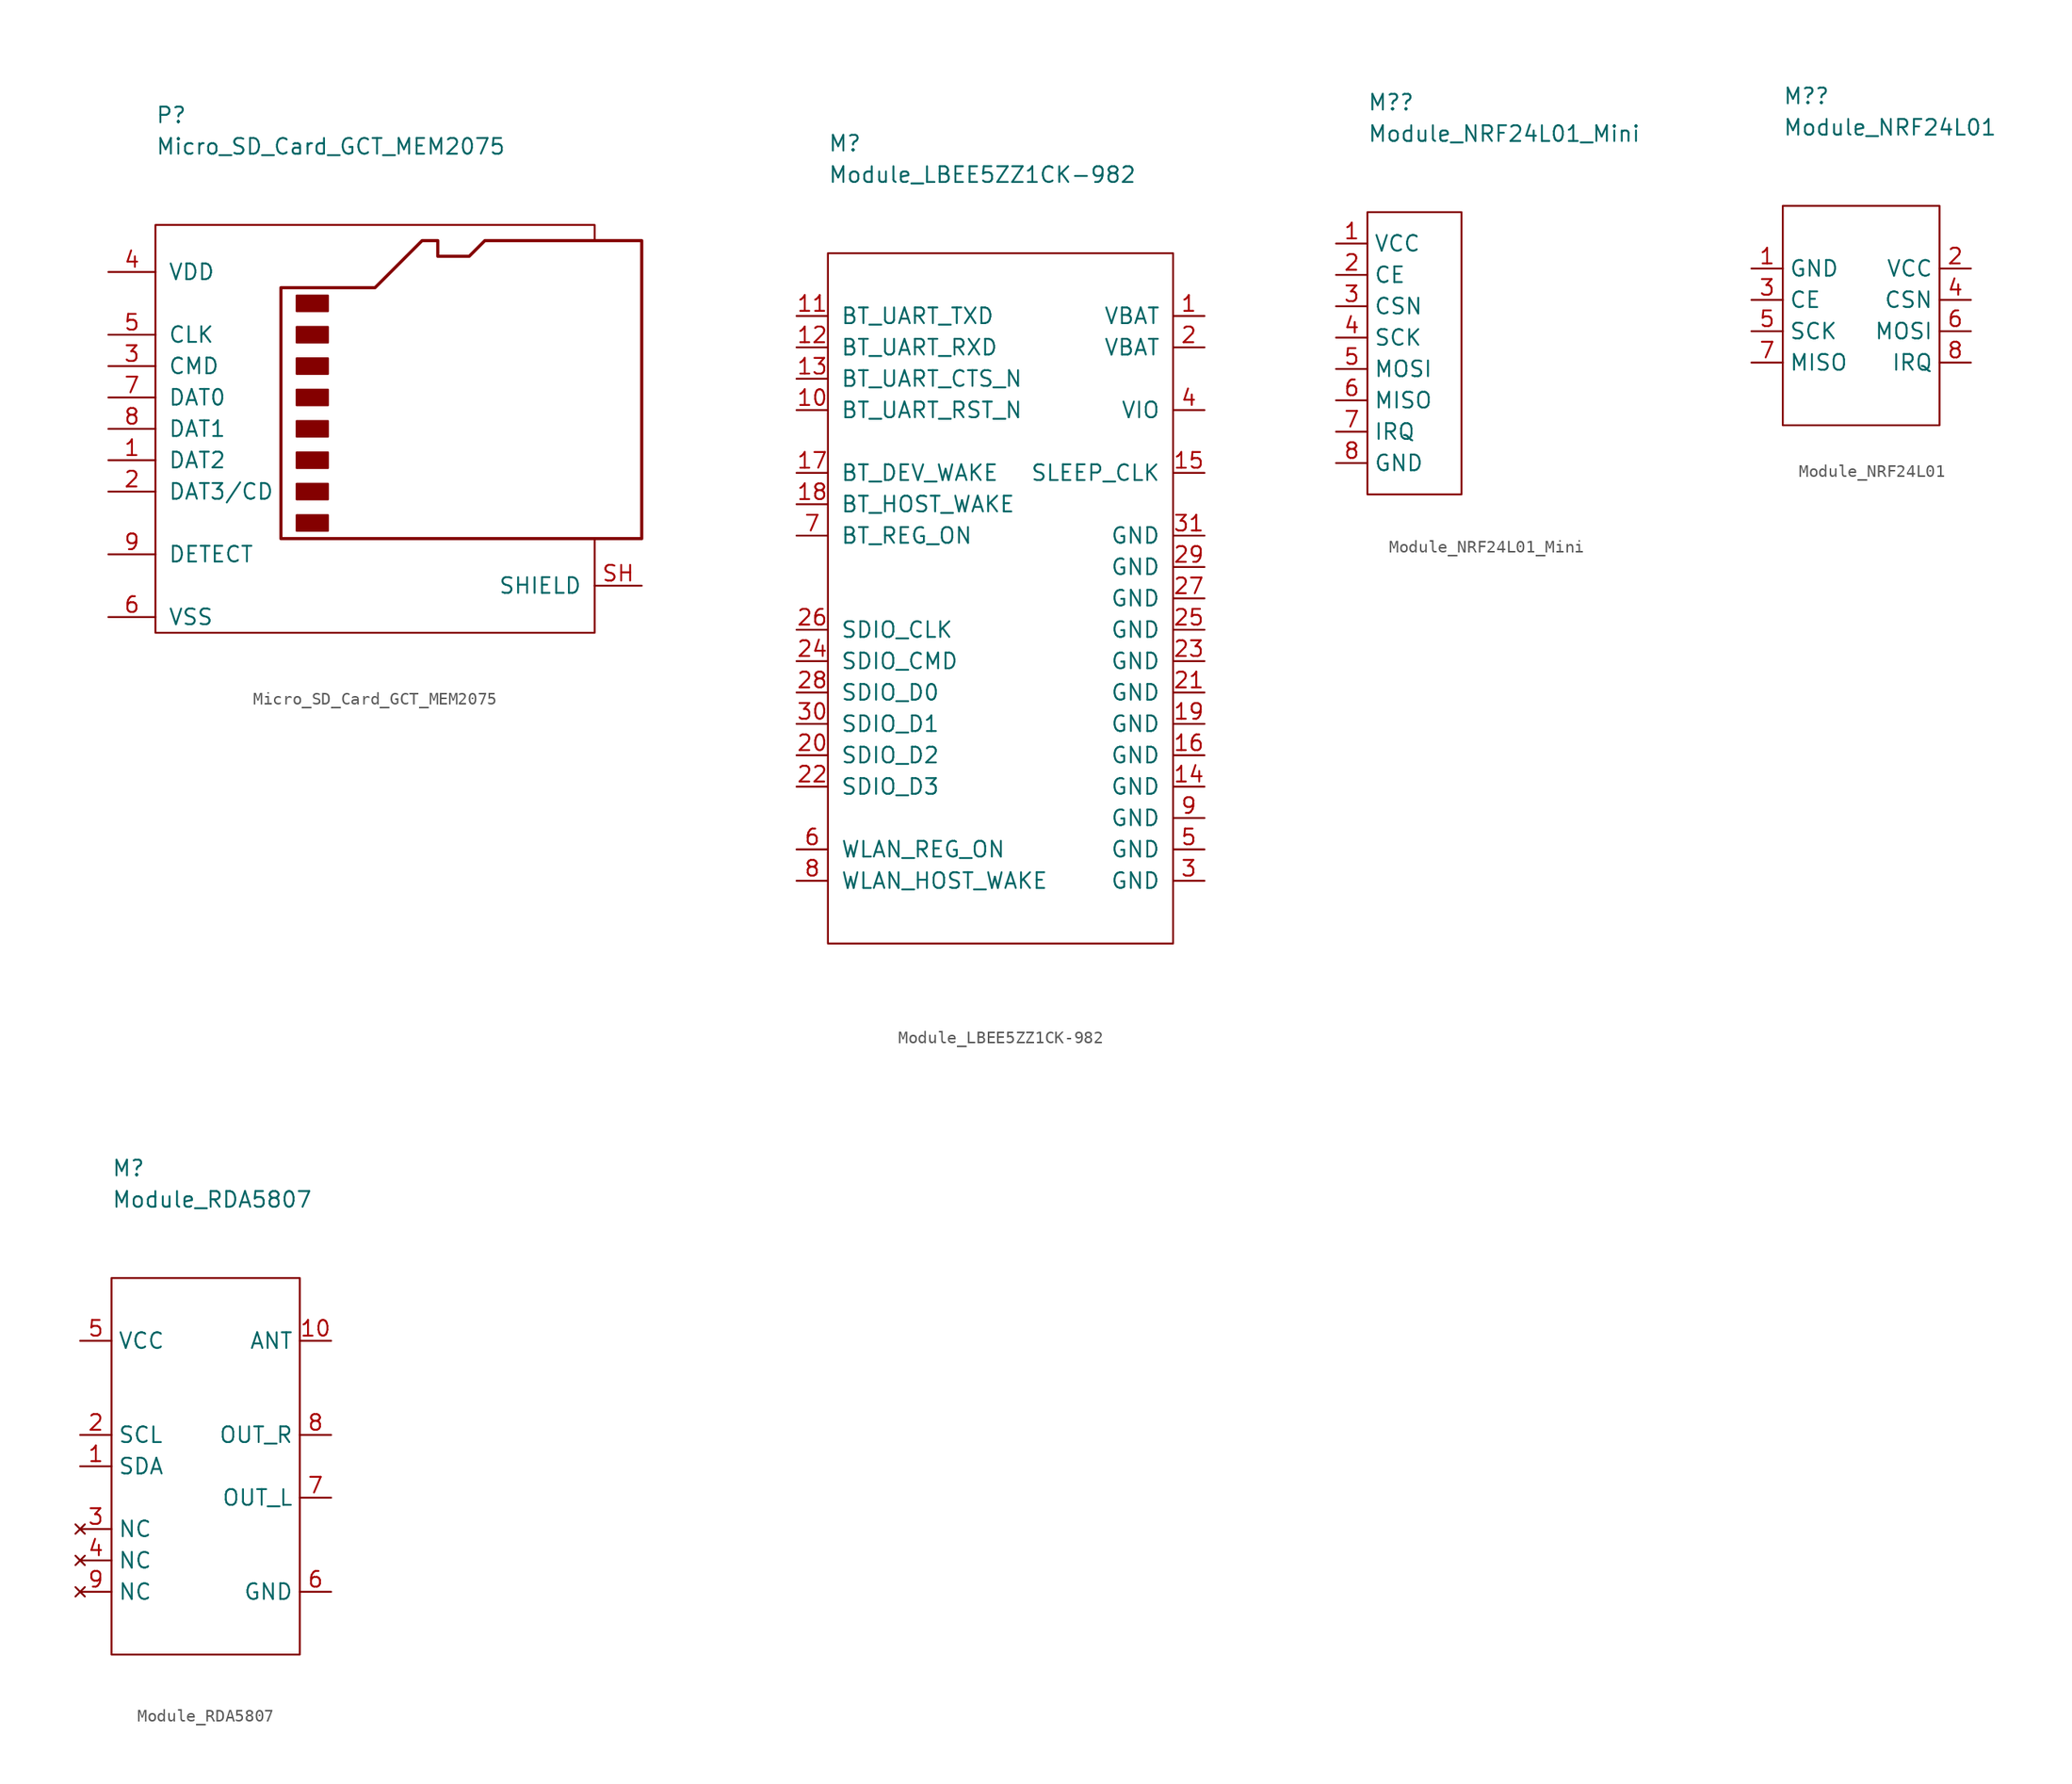
<source format=kicad_sym>
(kicad_symbol_lib
  (version 20211014)
  (generator kicad_symbol_editor)
  (symbol "Micro_SD_Card_GCT_MEM2075"
    (pin_names
      (offset 1.016))
    (property "Reference" "P"
      (at -19.05 25.4 0)
      (effects (font (size 1.27 1.27)) (justify left)))
    (property "Value" "Micro_SD_Card_GCT_MEM2075"
      (at -19.05 22.86 0)
      (effects (font (size 1.27 1.27)) (justify left)))
    (symbol "Micro_SD_Card_GCT_MEM2075_0_1"
      (rectangle (start -7.62 -6.985) (end -5.08 -8.255) (stroke (width 0) (type default) (color 0 0 0 0)) (fill (type outline)))
      (rectangle (start -7.62 -4.445) (end -5.08 -5.715) (stroke (width 0) (type default) (color 0 0 0 0)) (fill (type outline)))
      (rectangle (start -7.62 -1.905) (end -5.08 -3.175) (stroke (width 0) (type default) (color 0 0 0 0)) (fill (type outline)))
      (rectangle (start -7.62 0.635) (end -5.08 -0.635) (stroke (width 0) (type default) (color 0 0 0 0)) (fill (type outline)))
      (rectangle (start -7.62 3.175) (end -5.08 1.905) (stroke (width 0) (type default) (color 0 0 0 0)) (fill (type outline)))
      (rectangle (start -7.62 5.715) (end -5.08 4.445) (stroke (width 0) (type default) (color 0 0 0 0)) (fill (type outline)))
      (rectangle (start -7.62 8.255) (end -5.08 6.985) (stroke (width 0) (type default) (color 0 0 0 0)) (fill (type outline)))
      (rectangle (start -7.62 10.795) (end -5.08 9.525) (stroke (width 0) (type default) (color 0 0 0 0)) (fill (type outline)))
      (polyline (pts (xy 16.51 15.24) (xy 16.51 16.51) (xy -19.05 16.51) (xy -19.05 -16.51) (xy 16.51 -16.51) (xy 16.51 -8.89)) (stroke (width 0.152) (type default) (color 0 0 0 0)) (fill (type none)))
      (polyline (pts (xy -8.89 -8.89) (xy -8.89 11.43) (xy -1.27 11.43) (xy 2.54 15.24) (xy 3.81 15.24) (xy 3.81 13.97) (xy 6.35 13.97) (xy 7.62 15.24) (xy 20.32 15.24) (xy 20.32 -8.89) (xy -8.89 -8.89)) (stroke (width 0.254) (type default) (color 0 0 0 0)) (fill (type none))))
    (symbol "Micro_SD_Card_GCT_MEM2075_1_1"
      (pin bidirectional line (at -22.86 -2.54 0) (length 3.81) (name "DAT2" (effects (font (size 1.27 1.27)))) (number "1" (effects (font (size 1.27 1.27)))))
      (pin bidirectional line (at -22.86 -5.08 0) (length 3.81) (name "DAT3/CD" (effects (font (size 1.27 1.27)))) (number "2" (effects (font (size 1.27 1.27)))))
      (pin input line (at -22.86 5.08 0) (length 3.81) (name "CMD" (effects (font (size 1.27 1.27)))) (number "3" (effects (font (size 1.27 1.27)))))
      (pin power_in line (at -22.86 12.7 0) (length 3.81) (name "VDD" (effects (font (size 1.27 1.27)))) (number "4" (effects (font (size 1.27 1.27)))))
      (pin input line (at -22.86 7.62 0) (length 3.81) (name "CLK" (effects (font (size 1.27 1.27)))) (number "5" (effects (font (size 1.27 1.27)))))
      (pin power_in line (at -22.86 -15.24 0) (length 3.81) (name "VSS" (effects (font (size 1.27 1.27)))) (number "6" (effects (font (size 1.27 1.27)))))
      (pin bidirectional line (at -22.86 2.54 0) (length 3.81) (name "DAT0" (effects (font (size 1.27 1.27)))) (number "7" (effects (font (size 1.27 1.27)))))
      (pin bidirectional line (at -22.86 0 0) (length 3.81) (name "DAT1" (effects (font (size 1.27 1.27)))) (number "8" (effects (font (size 1.27 1.27)))))
      (pin passive line (at -22.86 -10.16 0) (length 3.81) (name "DETECT" (effects (font (size 1.27 1.27)))) (number "9" (effects (font (size 1.27 1.27)))))
      (pin passive line (at 20.32 -12.7 180) (length 3.81) (name "SHIELD" (effects (font (size 1.27 1.27)))) (number "SH" (effects (font (size 1.27 1.27)))))))
  (symbol "Module_LBEE5ZZ1CK-982"
    (pin_names
      (offset 1.016))
    (property "Reference" "M"
      (at 0 8.89 0)
      (effects (font (size 1.27 1.27)) (justify left)))
    (property "Value" "Module_LBEE5ZZ1CK-982"
      (at 0 6.35 0)
      (effects (font (size 1.27 1.27)) (justify left)))
    (symbol "Module_LBEE5ZZ1CK-982_0_1"
      (rectangle (start 0 0) (end 27.94 -55.88) (stroke (width 0.152) (type default) (color 0 0 0 0)) (fill (type none))))
    (symbol "Module_LBEE5ZZ1CK-982_1_1"
      (pin passive line (at 30.48 -5.08 180) (length 2.54) (name "VBAT" (effects (font (size 1.27 1.27)))) (number "1" (effects (font (size 1.27 1.27)))))
      (pin passive line (at -2.54 -12.7 0) (length 2.54) (name "BT_UART_RST_N" (effects (font (size 1.27 1.27)))) (number "10" (effects (font (size 1.27 1.27)))))
      (pin passive line (at -2.54 -5.08 0) (length 2.54) (name "BT_UART_TXD" (effects (font (size 1.27 1.27)))) (number "11" (effects (font (size 1.27 1.27)))))
      (pin passive line (at -2.54 -7.62 0) (length 2.54) (name "BT_UART_RXD" (effects (font (size 1.27 1.27)))) (number "12" (effects (font (size 1.27 1.27)))))
      (pin passive line (at -2.54 -10.16 0) (length 2.54) (name "BT_UART_CTS_N" (effects (font (size 1.27 1.27)))) (number "13" (effects (font (size 1.27 1.27)))))
      (pin passive line (at 30.48 -43.18 180) (length 2.54) (name "GND" (effects (font (size 1.27 1.27)))) (number "14" (effects (font (size 1.27 1.27)))))
      (pin passive line (at 30.48 -17.78 180) (length 2.54) (name "SLEEP_CLK" (effects (font (size 1.27 1.27)))) (number "15" (effects (font (size 1.27 1.27)))))
      (pin passive line (at 30.48 -40.64 180) (length 2.54) (name "GND" (effects (font (size 1.27 1.27)))) (number "16" (effects (font (size 1.27 1.27)))))
      (pin passive line (at -2.54 -17.78 0) (length 2.54) (name "BT_DEV_WAKE" (effects (font (size 1.27 1.27)))) (number "17" (effects (font (size 1.27 1.27)))))
      (pin passive line (at -2.54 -20.32 0) (length 2.54) (name "BT_HOST_WAKE" (effects (font (size 1.27 1.27)))) (number "18" (effects (font (size 1.27 1.27)))))
      (pin passive line (at 30.48 -38.1 180) (length 2.54) (name "GND" (effects (font (size 1.27 1.27)))) (number "19" (effects (font (size 1.27 1.27)))))
      (pin passive line (at 30.48 -7.62 180) (length 2.54) (name "VBAT" (effects (font (size 1.27 1.27)))) (number "2" (effects (font (size 1.27 1.27)))))
      (pin passive line (at -2.54 -40.64 0) (length 2.54) (name "SDIO_D2" (effects (font (size 1.27 1.27)))) (number "20" (effects (font (size 1.27 1.27)))))
      (pin passive line (at 30.48 -35.56 180) (length 2.54) (name "GND" (effects (font (size 1.27 1.27)))) (number "21" (effects (font (size 1.27 1.27)))))
      (pin passive line (at -2.54 -43.18 0) (length 2.54) (name "SDIO_D3" (effects (font (size 1.27 1.27)))) (number "22" (effects (font (size 1.27 1.27)))))
      (pin passive line (at 30.48 -33.02 180) (length 2.54) (name "GND" (effects (font (size 1.27 1.27)))) (number "23" (effects (font (size 1.27 1.27)))))
      (pin passive line (at -2.54 -33.02 0) (length 2.54) (name "SDIO_CMD" (effects (font (size 1.27 1.27)))) (number "24" (effects (font (size 1.27 1.27)))))
      (pin passive line (at 30.48 -30.48 180) (length 2.54) (name "GND" (effects (font (size 1.27 1.27)))) (number "25" (effects (font (size 1.27 1.27)))))
      (pin passive line (at -2.54 -30.48 0) (length 2.54) (name "SDIO_CLK" (effects (font (size 1.27 1.27)))) (number "26" (effects (font (size 1.27 1.27)))))
      (pin passive line (at 30.48 -27.94 180) (length 2.54) (name "GND" (effects (font (size 1.27 1.27)))) (number "27" (effects (font (size 1.27 1.27)))))
      (pin passive line (at -2.54 -35.56 0) (length 2.54) (name "SDIO_D0" (effects (font (size 1.27 1.27)))) (number "28" (effects (font (size 1.27 1.27)))))
      (pin passive line (at 30.48 -25.4 180) (length 2.54) (name "GND" (effects (font (size 1.27 1.27)))) (number "29" (effects (font (size 1.27 1.27)))))
      (pin passive line (at 30.48 -50.8 180) (length 2.54) (name "GND" (effects (font (size 1.27 1.27)))) (number "3" (effects (font (size 1.27 1.27)))))
      (pin passive line (at -2.54 -38.1 0) (length 2.54) (name "SDIO_D1" (effects (font (size 1.27 1.27)))) (number "30" (effects (font (size 1.27 1.27)))))
      (pin passive line (at 30.48 -22.86 180) (length 2.54) (name "GND" (effects (font (size 1.27 1.27)))) (number "31" (effects (font (size 1.27 1.27)))))
      (pin passive line (at 30.48 -12.7 180) (length 2.54) (name "VIO" (effects (font (size 1.27 1.27)))) (number "4" (effects (font (size 1.27 1.27)))))
      (pin passive line (at 30.48 -48.26 180) (length 2.54) (name "GND" (effects (font (size 1.27 1.27)))) (number "5" (effects (font (size 1.27 1.27)))))
      (pin passive line (at -2.54 -48.26 0) (length 2.54) (name "WLAN_REG_ON" (effects (font (size 1.27 1.27)))) (number "6" (effects (font (size 1.27 1.27)))))
      (pin passive line (at -2.54 -22.86 0) (length 2.54) (name "BT_REG_ON" (effects (font (size 1.27 1.27)))) (number "7" (effects (font (size 1.27 1.27)))))
      (pin passive line (at -2.54 -50.8 0) (length 2.54) (name "WLAN_HOST_WAKE" (effects (font (size 1.27 1.27)))) (number "8" (effects (font (size 1.27 1.27)))))
      (pin passive line (at 30.48 -45.72 180) (length 2.54) (name "GND" (effects (font (size 1.27 1.27)))) (number "9" (effects (font (size 1.27 1.27)))))))
  (symbol "Module_NRF24L01_Mini"
    (property "Reference" "M?"
      (at 0 8.89 0)
      (effects (font (size 1.27 1.27)) (justify left)))
    (property "Value" "Module_NRF24L01_Mini"
      (at 0 6.35 0)
      (effects (font (size 1.27 1.27)) (justify left)))
    (symbol "Module_NRF24L01_Mini_0_1"
      (rectangle (start 0 0) (end 7.62 -22.86) (stroke (width 0) (type default) (color 0 0 0 0)) (fill (type none))))
    (symbol "Module_NRF24L01_Mini_1_1"
      (pin passive line (at -2.54 -2.54 0) (length 2.54) (name "VCC" (effects (font (size 1.27 1.27)))) (number "1" (effects (font (size 1.27 1.27)))))
      (pin passive line (at -2.54 -5.08 0) (length 2.54) (name "CE" (effects (font (size 1.27 1.27)))) (number "2" (effects (font (size 1.27 1.27)))))
      (pin passive line (at -2.54 -7.62 0) (length 2.54) (name "CSN" (effects (font (size 1.27 1.27)))) (number "3" (effects (font (size 1.27 1.27)))))
      (pin passive line (at -2.54 -10.16 0) (length 2.54) (name "SCK" (effects (font (size 1.27 1.27)))) (number "4" (effects (font (size 1.27 1.27)))))
      (pin passive line (at -2.54 -12.7 0) (length 2.54) (name "MOSI" (effects (font (size 1.27 1.27)))) (number "5" (effects (font (size 1.27 1.27)))))
      (pin passive line (at -2.54 -15.24 0) (length 2.54) (name "MISO" (effects (font (size 1.27 1.27)))) (number "6" (effects (font (size 1.27 1.27)))))
      (pin passive line (at -2.54 -17.78 0) (length 2.54) (name "IRQ" (effects (font (size 1.27 1.27)))) (number "7" (effects (font (size 1.27 1.27)))))
      (pin passive line (at -2.54 -20.32 0) (length 2.54) (name "GND" (effects (font (size 1.27 1.27)))) (number "8" (effects (font (size 1.27 1.27)))))))
  (symbol "Module_NRF24L01"
    (property "Reference" "M?"
      (at 0 8.89 0)
      (effects (font (size 1.27 1.27)) (justify left)))
    (property "Value" "Module_NRF24L01"
      (at 0 6.35 0)
      (effects (font (size 1.27 1.27)) (justify left)))
    (symbol "Module_NRF24L01_0_1"
      (rectangle (start 0 0) (end 12.7 -17.78) (stroke (width 0) (type default) (color 0 0 0 0)) (fill (type none))))
    (symbol "Module_NRF24L01_1_1"
      (pin passive line (at -2.54 -5.08 0) (length 2.54) (name "GND" (effects (font (size 1.27 1.27)))) (number "1" (effects (font (size 1.27 1.27)))))
      (pin passive line (at 15.24 -5.08 180) (length 2.54) (name "VCC" (effects (font (size 1.27 1.27)))) (number "2" (effects (font (size 1.27 1.27)))))
      (pin passive line (at -2.54 -7.62 0) (length 2.54) (name "CE" (effects (font (size 1.27 1.27)))) (number "3" (effects (font (size 1.27 1.27)))))
      (pin passive line (at 15.24 -7.62 180) (length 2.54) (name "CSN" (effects (font (size 1.27 1.27)))) (number "4" (effects (font (size 1.27 1.27)))))
      (pin passive line (at -2.54 -10.16 0) (length 2.54) (name "SCK" (effects (font (size 1.27 1.27)))) (number "5" (effects (font (size 1.27 1.27)))))
      (pin passive line (at 15.24 -10.16 180) (length 2.54) (name "MOSI" (effects (font (size 1.27 1.27)))) (number "6" (effects (font (size 1.27 1.27)))))
      (pin passive line (at -2.54 -12.7 0) (length 2.54) (name "MISO" (effects (font (size 1.27 1.27)))) (number "7" (effects (font (size 1.27 1.27)))))
      (pin passive line (at 15.24 -12.7 180) (length 2.54) (name "IRQ" (effects (font (size 1.27 1.27)))) (number "8" (effects (font (size 1.27 1.27)))))))
  (symbol "Module_RDA5807"
    (property "Reference" "M"
      (at 0 8.89 0)
      (effects (font (size 1.27 1.27)) (justify left)))
    (property "Value" "Module_RDA5807"
      (at 0 6.35 0)
      (effects (font (size 1.27 1.27)) (justify left)))
    (symbol "Module_RDA5807_0_1"
      (rectangle (start 0 0) (end 15.24 -30.48) (stroke (width 0) (type default) (color 0 0 0 0)) (fill (type none))))
    (symbol "Module_RDA5807_1_1"
      (pin passive line (at -2.54 -15.24 0) (length 2.54) (name "SDA" (effects (font (size 1.27 1.27)))) (number "1" (effects (font (size 1.27 1.27)))))
      (pin passive line (at 17.78 -5.08 180) (length 2.54) (name "ANT" (effects (font (size 1.27 1.27)))) (number "10" (effects (font (size 1.27 1.27)))))
      (pin passive line (at -2.54 -12.7 0) (length 2.54) (name "SCL" (effects (font (size 1.27 1.27)))) (number "2" (effects (font (size 1.27 1.27)))))
      (pin no_connect line (at -2.54 -20.32 0) (length 2.54) (name "NC" (effects (font (size 1.27 1.27)))) (number "3" (effects (font (size 1.27 1.27)))))
      (pin no_connect line (at -2.54 -22.86 0) (length 2.54) (name "NC" (effects (font (size 1.27 1.27)))) (number "4" (effects (font (size 1.27 1.27)))))
      (pin passive line (at -2.54 -5.08 0) (length 2.54) (name "VCC" (effects (font (size 1.27 1.27)))) (number "5" (effects (font (size 1.27 1.27)))))
      (pin passive line (at 17.78 -25.4 180) (length 2.54) (name "GND" (effects (font (size 1.27 1.27)))) (number "6" (effects (font (size 1.27 1.27)))))
      (pin passive line (at 17.78 -17.78 180) (length 2.54) (name "OUT_L" (effects (font (size 1.27 1.27)))) (number "7" (effects (font (size 1.27 1.27)))))
      (pin passive line (at 17.78 -12.7 180) (length 2.54) (name "OUT_R" (effects (font (size 1.27 1.27)))) (number "8" (effects (font (size 1.27 1.27)))))
      (pin no_connect line (at -2.54 -25.4 0) (length 2.54) (name "NC" (effects (font (size 1.27 1.27)))) (number "9" (effects (font (size 1.27 1.27))))))))
</source>
